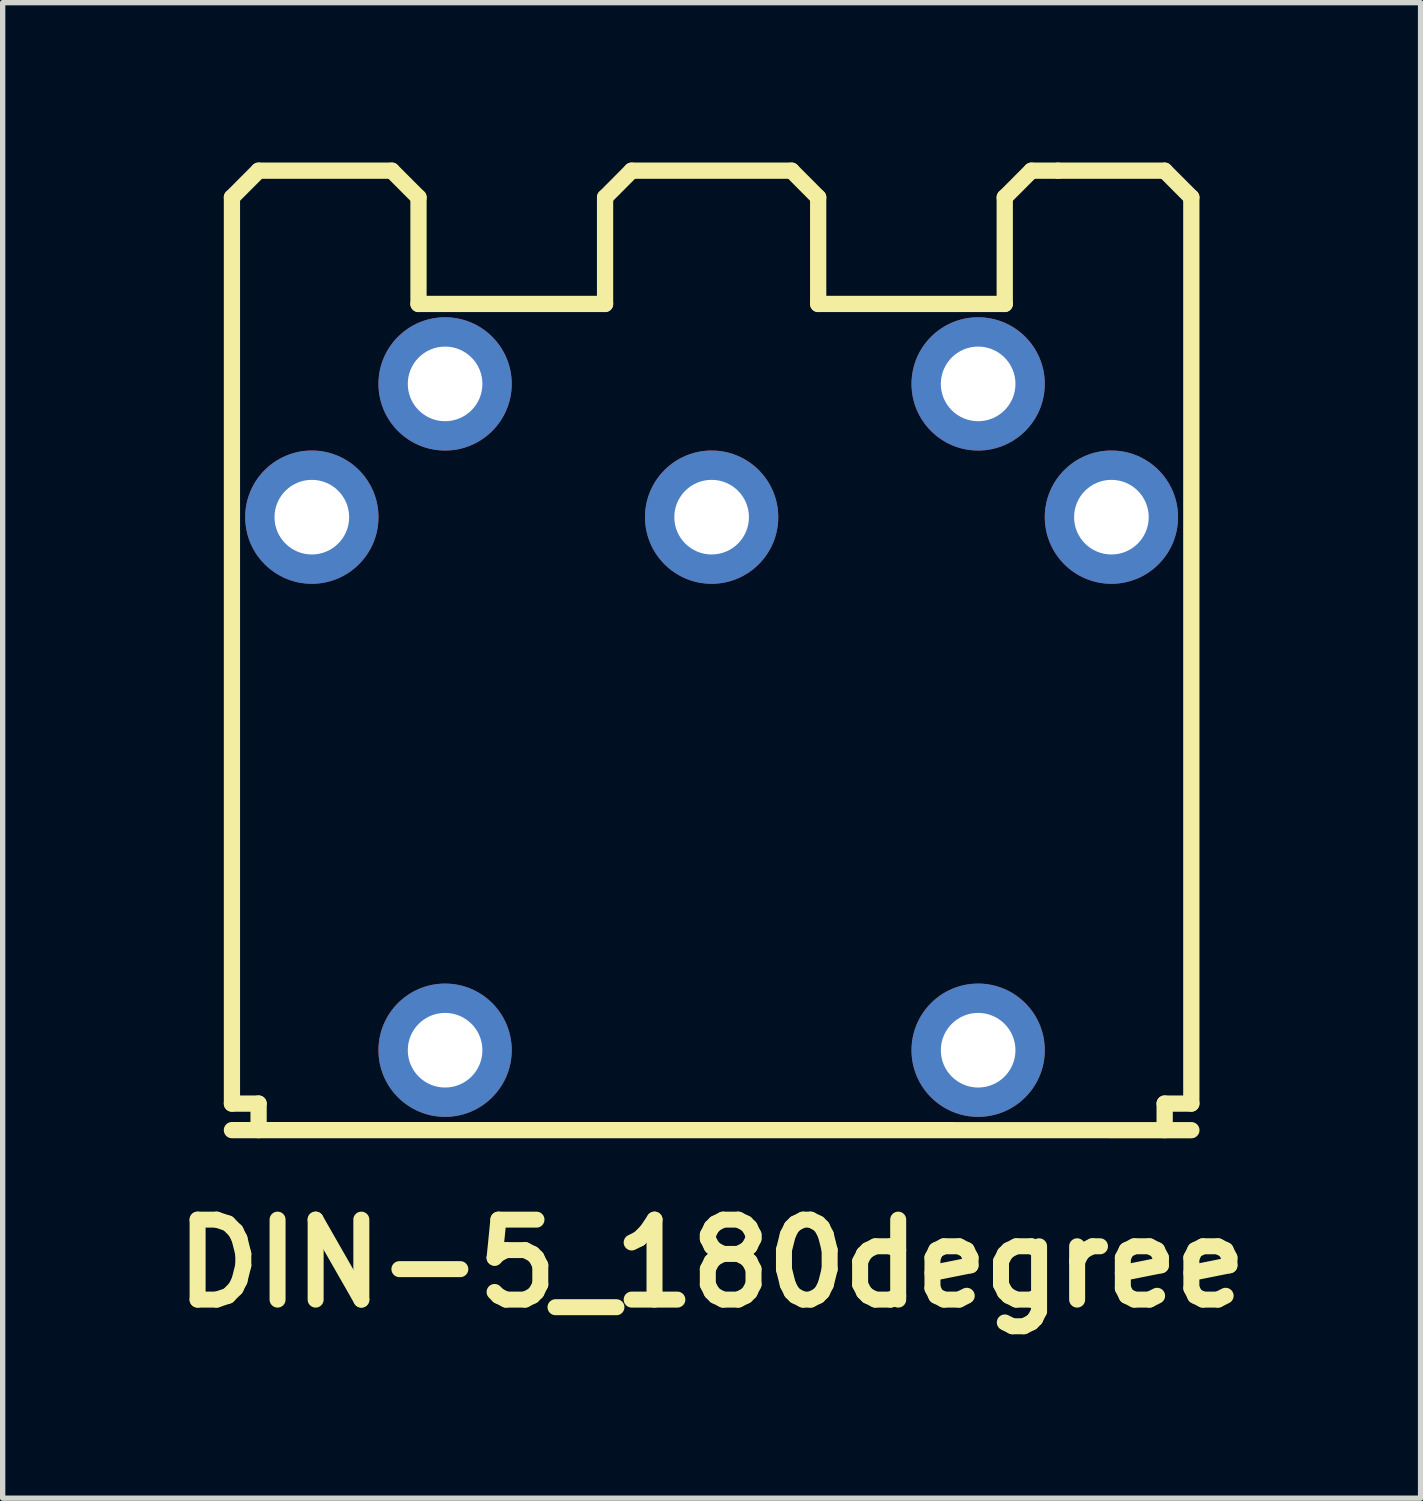
<source format=kicad_pcb>
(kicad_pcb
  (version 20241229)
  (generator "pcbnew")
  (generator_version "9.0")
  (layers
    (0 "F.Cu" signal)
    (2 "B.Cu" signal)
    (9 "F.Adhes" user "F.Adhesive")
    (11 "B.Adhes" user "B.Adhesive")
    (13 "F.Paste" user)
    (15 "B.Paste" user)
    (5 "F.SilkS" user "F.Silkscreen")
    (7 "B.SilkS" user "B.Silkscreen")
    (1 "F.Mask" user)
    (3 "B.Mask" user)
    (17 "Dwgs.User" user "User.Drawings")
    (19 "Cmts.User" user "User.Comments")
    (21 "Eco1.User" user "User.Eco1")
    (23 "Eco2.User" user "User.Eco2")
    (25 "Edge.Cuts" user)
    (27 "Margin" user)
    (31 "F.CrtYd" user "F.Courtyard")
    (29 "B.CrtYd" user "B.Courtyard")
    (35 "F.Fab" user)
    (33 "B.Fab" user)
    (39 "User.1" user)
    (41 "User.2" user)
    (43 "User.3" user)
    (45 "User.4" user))
  (footprint "DIN-5_180degree"
    (layer "F.Cu")
    (at 10.3 9.652)
    (property "Reference" "DIN-5_180degree" (at 0 11 0) (layer "F.SilkS") (effects (font (size 1.5 1.5) (thickness 0.3))))
    (attr through_hole)
    (fp_line (start -8.999 -8.999) (end -8.999 8.001) (stroke (width 0.305) (type solid)) (layer "F.SilkS"))
    (fp_line (start -8.999 -8.999) (end -8.499 -9.5) (stroke (width 0.305) (type solid)) (layer "F.SilkS"))
    (fp_line (start -8.999 8.001) (end -8.499 8.001) (stroke (width 0.305) (type solid)) (layer "F.SilkS"))
    (fp_line (start -8.999 8.499) (end 9 8.5) (stroke (width 0.305) (type solid)) (layer "F.SilkS"))
    (fp_line (start -8.499 -9.5) (end -5.999 -9.5) (stroke (width 0.305) (type solid)) (layer "F.SilkS"))
    (fp_line (start -8.499 8.001) (end -8.499 8.499) (stroke (width 0.305) (type solid)) (layer "F.SilkS"))
    (fp_line (start -5.999 -9.5) (end -5.499 -8.999) (stroke (width 0.305) (type solid)) (layer "F.SilkS"))
    (fp_line (start -5.499 -8.999) (end -5.499 -7) (stroke (width 0.305) (type solid)) (layer "F.SilkS"))
    (fp_line (start -5.499 -7) (end -1.999 -7) (stroke (width 0.305) (type solid)) (layer "F.SilkS"))
    (fp_line (start -1.999 -8.999) (end -1.999 -7) (stroke (width 0.305) (type solid)) (layer "F.SilkS"))
    (fp_line (start -1.501 -9.5) (end -1.999 -8.999) (stroke (width 0.305) (type solid)) (layer "F.SilkS"))
    (fp_line (start -1.501 -9.5) (end 1.501 -9.5) (stroke (width 0.305) (type solid)) (layer "F.SilkS"))
    (fp_line (start 1.501 -9.5) (end 1.999 -8.999) (stroke (width 0.305) (type solid)) (layer "F.SilkS"))
    (fp_line (start 1.999 -8.999) (end 1.999 -7) (stroke (width 0.305) (type solid)) (layer "F.SilkS"))
    (fp_line (start 5.499 -8.999) (end 5.499 -7) (stroke (width 0.305) (type solid)) (layer "F.SilkS"))
    (fp_line (start 5.499 -7) (end 1.999 -7) (stroke (width 0.305) (type solid)) (layer "F.SilkS"))
    (fp_line (start 5.999 -9.5) (end 5.499 -8.999) (stroke (width 0.305) (type solid)) (layer "F.SilkS"))
    (fp_line (start 6.5 -9.5) (end 5.999 -9.5) (stroke (width 0.305) (type solid)) (layer "F.SilkS"))
    (fp_line (start 8.499 -9.5) (end 6.5 -9.5) (stroke (width 0.305) (type solid)) (layer "F.SilkS"))
    (fp_line (start 8.499 8.499) (end 8.499 8.001) (stroke (width 0.305) (type solid)) (layer "F.SilkS"))
    (fp_line (start 8.999 -8.999) (end 8.499 -9.5) (stroke (width 0.305) (type solid)) (layer "F.SilkS"))
    (fp_line (start 8.999 -8.999) (end 8.999 8.001) (stroke (width 0.305) (type solid)) (layer "F.SilkS"))
    (fp_line (start 8.999 8.001) (end 8.499 8.001) (stroke (width 0.305) (type solid)) (layer "F.SilkS"))
    (pad "1" thru_hole circle (at 7.5 -3) (size 2.5 2.5) (drill 1.4) (layers "*.Cu" "*.Mask"))
    (pad "2" thru_hole circle (at 0 -3) (size 2.5 2.5) (drill 1.4) (layers "*.Cu" "*.Mask"))
    (pad "3" thru_hole circle (at -7.5 -3) (size 2.5 2.5) (drill 1.4) (layers "*.Cu" "*.Mask"))
    (pad "4" thru_hole circle (at 5 -5.5) (size 2.5 2.5) (drill 1.4) (layers "*.Cu" "*.Mask"))
    (pad "5" thru_hole circle (at -5 -5.5) (size 2.5 2.5) (drill 1.4) (layers "*.Cu" "*.Mask"))
    (pad "6" thru_hole circle (at -5 7) (size 2.5 2.5) (drill 1.4) (layers "*.Cu" "*.Mask"))
    (pad "6" thru_hole circle (at 5 7) (size 2.5 2.5) (drill 1.4) (layers "*.Cu" "*.Mask")))
  (gr_rect
    (start -3 -3)
    (end 23.6 25.056)
    (stroke (width 0.1) (type default))
    (fill no)
    (layer "Edge.Cuts")))
</source>
